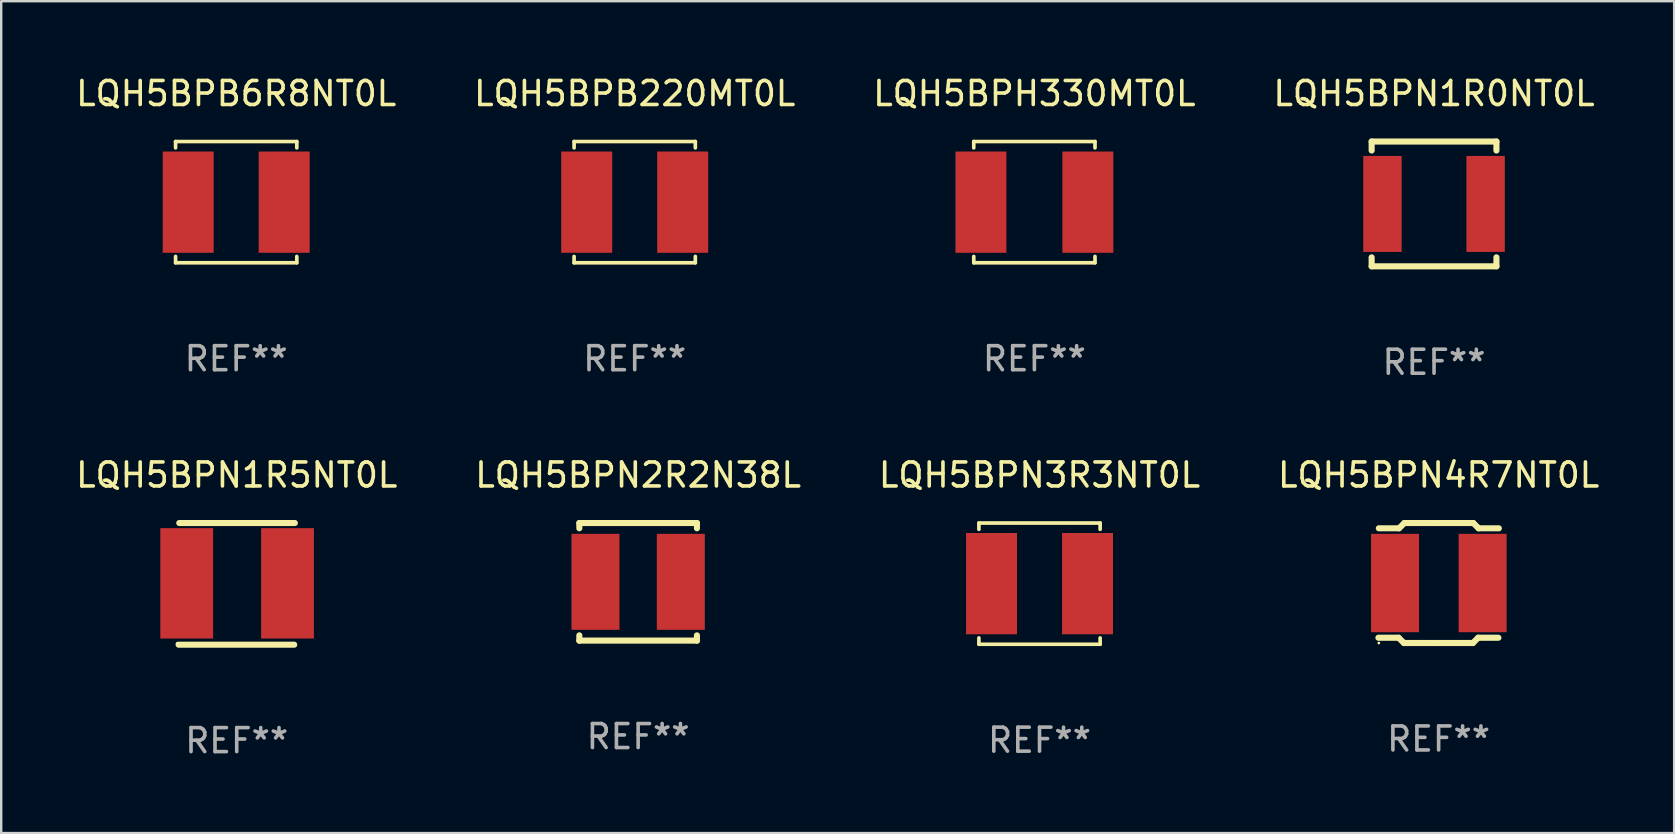
<source format=kicad_pcb>
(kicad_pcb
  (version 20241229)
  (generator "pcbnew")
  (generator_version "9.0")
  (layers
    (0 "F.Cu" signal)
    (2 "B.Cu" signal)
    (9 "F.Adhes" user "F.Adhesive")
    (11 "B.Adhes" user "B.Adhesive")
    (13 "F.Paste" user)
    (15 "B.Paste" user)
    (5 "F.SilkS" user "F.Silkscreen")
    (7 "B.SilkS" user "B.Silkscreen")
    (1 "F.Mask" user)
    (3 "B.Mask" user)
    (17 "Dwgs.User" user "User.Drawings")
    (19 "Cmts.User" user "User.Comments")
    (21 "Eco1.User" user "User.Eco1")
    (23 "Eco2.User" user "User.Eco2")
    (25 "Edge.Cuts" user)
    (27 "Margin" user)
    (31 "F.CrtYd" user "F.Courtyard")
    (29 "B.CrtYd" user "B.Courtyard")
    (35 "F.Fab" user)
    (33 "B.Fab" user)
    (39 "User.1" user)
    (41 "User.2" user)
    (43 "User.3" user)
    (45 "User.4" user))
  (footprint "LQH5BPN1R0NT0L"
    (layer "F.Cu")
    (at 56.708 5.448)
    (property "Reference" "LQH5BPN1R0NT0L" (at 0 -4.6 0) (layer "F.SilkS") (effects (font (size 1 1) (thickness 0.15))))
    (attr through_hole)
    (fp_line (start -2.6 -2.6) (end -2.6 -2.226) (stroke (width 0.254) (type solid)) (layer "F.SilkS"))
    (fp_line (start -2.6 -2.6) (end 2.6 -2.6) (stroke (width 0.254) (type solid)) (layer "F.SilkS"))
    (fp_line (start -2.6 2.226) (end -2.6 2.6) (stroke (width 0.254) (type solid)) (layer "F.SilkS"))
    (fp_line (start -2.6 2.6) (end 2.6 2.6) (stroke (width 0.254) (type solid)) (layer "F.SilkS"))
    (fp_line (start 2.6 -2.226) (end 2.6 -2.6) (stroke (width 0.254) (type solid)) (layer "F.SilkS"))
    (fp_line (start 2.6 2.6) (end 2.6 2.226) (stroke (width 0.254) (type solid)) (layer "F.SilkS"))
    (fp_circle (center -2.61 -2.604) (end -2.58 -2.604) (stroke (width 0.06) (type solid)) (fill no) (layer "F.SilkS"))
    (fp_text user "REF**" (at 0 6.6 0) (layer "F.Fab") (effects (font (size 1 1) (thickness 0.15))))
    (pad "1" smd rect (at -2.15 0) (size 1.6 4) (layers "F.Cu" "F.Mask" "F.Paste"))
    (pad "2" smd rect (at 2.15 0) (size 1.6 4) (layers "F.Cu" "F.Mask" "F.Paste")))
  (footprint "LQH5BPH330MT0L"
    (layer "F.Cu")
    (at 40.054 5.374)
    (property "Reference" "LQH5BPH330MT0L" (at 0 -4.526 0) (layer "F.SilkS") (effects (font (size 1 1) (thickness 0.15))))
    (attr through_hole)
    (fp_line (start -2.526 -2.526) (end 2.526 -2.526) (stroke (width 0.152) (type solid)) (layer "F.SilkS"))
    (fp_line (start -2.526 -2.262) (end -2.526 -2.526) (stroke (width 0.152) (type solid)) (layer "F.SilkS"))
    (fp_line (start -2.526 2.262) (end -2.526 2.526) (stroke (width 0.152) (type solid)) (layer "F.SilkS"))
    (fp_line (start -2.526 2.526) (end 2.526 2.526) (stroke (width 0.152) (type solid)) (layer "F.SilkS"))
    (fp_line (start 2.526 -2.526) (end 2.526 -2.262) (stroke (width 0.152) (type solid)) (layer "F.SilkS"))
    (fp_line (start 2.526 2.526) (end 2.526 2.262) (stroke (width 0.152) (type solid)) (layer "F.SilkS"))
    (fp_circle (center 2.5 -2.5) (end 2.53 -2.5) (stroke (width 0.06) (type solid)) (fill no) (layer "F.SilkS"))
    (fp_text user "REF**" (at 0 6.526 0) (layer "F.Fab") (effects (font (size 1 1) (thickness 0.15))))
    (pad "1" smd rect (at 2.228 0) (size 2.124 4.22) (layers "F.Cu" "F.Mask" "F.Paste"))
    (pad "2" smd rect (at -2.228 0) (size 2.124 4.22) (layers "F.Cu" "F.Mask" "F.Paste")))
  (footprint "LQH5BPN4R7NT0L"
    (layer "F.Cu")
    (at 56.899 21.245)
    (property "Reference" "LQH5BPN4R7NT0L" (at 0 -4.5 0) (layer "F.SilkS") (effects (font (size 1 1) (thickness 0.15))))
    (attr through_hole)
    (fp_line (start -1.666 2.28) (end -2.509 2.28) (stroke (width 0.254) (type solid)) (layer "F.SilkS"))
    (fp_line (start -1.648 -2.28) (end -2.491 -2.28) (stroke (width 0.254) (type solid)) (layer "F.SilkS"))
    (fp_line (start -1.446 2.5) (end -1.666 2.28) (stroke (width 0.254) (type solid)) (layer "F.SilkS"))
    (fp_line (start -1.428 -2.5) (end -1.648 -2.28) (stroke (width 0.254) (type solid)) (layer "F.SilkS"))
    (fp_line (start -0.011 2.5) (end 1.428 2.5) (stroke (width 0.254) (type solid)) (layer "F.SilkS"))
    (fp_line (start -0.007 2.5) (end -1.446 2.5) (stroke (width 0.254) (type solid)) (layer "F.SilkS"))
    (fp_line (start 0.007 -2.5) (end 1.446 -2.5) (stroke (width 0.254) (type solid)) (layer "F.SilkS"))
    (fp_line (start 0.011 -2.5) (end -1.428 -2.5) (stroke (width 0.254) (type solid)) (layer "F.SilkS"))
    (fp_line (start 1.428 2.5) (end 1.648 2.28) (stroke (width 0.254) (type solid)) (layer "F.SilkS"))
    (fp_line (start 1.446 -2.5) (end 1.666 -2.28) (stroke (width 0.254) (type solid)) (layer "F.SilkS"))
    (fp_line (start 1.648 2.28) (end 2.491 2.28) (stroke (width 0.254) (type solid)) (layer "F.SilkS"))
    (fp_line (start 1.666 -2.28) (end 2.509 -2.28) (stroke (width 0.254) (type solid)) (layer "F.SilkS"))
    (fp_circle (center -2.491 2.5) (end -2.461 2.5) (stroke (width 0.06) (type solid)) (fill no) (layer "F.SilkS"))
    (fp_text user "REF**" (at 0 6.5 0) (layer "F.Fab") (effects (font (size 1 1) (thickness 0.15))))
    (pad "1" smd rect (at -1.816 0) (size 2 4.1) (layers "F.Cu" "F.Mask" "F.Paste"))
    (pad "2" smd rect (at 1.834 0) (size 2 4.1) (layers "F.Cu" "F.Mask" "F.Paste")))
  (footprint "LQH5BPN2R2N38L"
    (layer "F.Cu")
    (at 23.542 21.195)
    (property "Reference" "LQH5BPN2R2N38L" (at 0 -4.45 0) (layer "F.SilkS") (effects (font (size 1 1) (thickness 0.15))))
    (attr through_hole)
    (fp_line (start -2.45 -2.45) (end 2.45 -2.45) (stroke (width 0.254) (type solid)) (layer "F.SilkS"))
    (fp_line (start -2.45 -2.231) (end -2.45 -2.45) (stroke (width 0.254) (type solid)) (layer "F.SilkS"))
    (fp_line (start -2.45 2.45) (end -2.45 2.231) (stroke (width 0.254) (type solid)) (layer "F.SilkS"))
    (fp_line (start -2.45 2.45) (end 2.45 2.45) (stroke (width 0.254) (type solid)) (layer "F.SilkS"))
    (fp_line (start 2.45 -2.45) (end 2.45 -2.231) (stroke (width 0.254) (type solid)) (layer "F.SilkS"))
    (fp_line (start 2.45 2.231) (end 2.45 2.45) (stroke (width 0.254) (type solid)) (layer "F.SilkS"))
    (fp_circle (center -2.5 2.45) (end -2.47 2.45) (stroke (width 0.06) (type solid)) (fill no) (layer "F.SilkS"))
    (fp_text user "REF**" (at 0 6.45 0) (layer "F.Fab") (effects (font (size 1 1) (thickness 0.15))))
    (pad "1" smd rect (at -1.778 0) (size 2 4) (layers "F.Cu" "F.Mask" "F.Paste"))
    (pad "2" smd rect (at 1.778 0) (size 2 4) (layers "F.Cu" "F.Mask" "F.Paste")))
  (footprint "LQH5BPN1R5NT0L"
    (layer "F.Cu")
    (at 6.815 21.28)
    (property "Reference" "LQH5BPN1R5NT0L" (at 0 -4.535 0) (layer "F.SilkS") (effects (font (size 1 1) (thickness 0.15))))
    (attr through_hole)
    (fp_line (start -2.422 2.535) (end 2.395 2.535) (stroke (width 0.254) (type solid)) (layer "F.SilkS"))
    (fp_line (start -2.395 -2.535) (end 2.422 -2.535) (stroke (width 0.254) (type solid)) (layer "F.SilkS"))
    (fp_circle (center -2.484 2.477) (end -2.454 2.477) (stroke (width 0.06) (type solid)) (fill no) (layer "F.SilkS"))
    (fp_text user "REF**" (at 0 6.535 0) (layer "F.Fab") (effects (font (size 1 1) (thickness 0.15))))
    (pad "1" smd rect (at -2.084 -0.022) (size 2.2 4.6) (layers "F.Cu" "F.Mask" "F.Paste"))
    (pad "2" smd rect (at 2.116 -0.022) (size 2.2 4.6) (layers "F.Cu" "F.Mask" "F.Paste")))
  (footprint "LQH5BPN3R3NT0L"
    (layer "F.Cu")
    (at 40.268 21.271)
    (property "Reference" "LQH5BPN3R3NT0L" (at 0 -4.526 0) (layer "F.SilkS") (effects (font (size 1 1) (thickness 0.15))))
    (attr through_hole)
    (fp_line (start -2.526 -2.526) (end 2.526 -2.526) (stroke (width 0.152) (type solid)) (layer "F.SilkS"))
    (fp_line (start -2.526 -2.262) (end -2.526 -2.526) (stroke (width 0.152) (type solid)) (layer "F.SilkS"))
    (fp_line (start -2.526 2.262) (end -2.526 2.526) (stroke (width 0.152) (type solid)) (layer "F.SilkS"))
    (fp_line (start -2.526 2.526) (end 2.526 2.526) (stroke (width 0.152) (type solid)) (layer "F.SilkS"))
    (fp_line (start 2.526 -2.526) (end 2.526 -2.262) (stroke (width 0.152) (type solid)) (layer "F.SilkS"))
    (fp_line (start 2.526 2.526) (end 2.526 2.262) (stroke (width 0.152) (type solid)) (layer "F.SilkS"))
    (fp_circle (center 2.5 -2.5) (end 2.53 -2.5) (stroke (width 0.06) (type solid)) (fill no) (layer "F.SilkS"))
    (fp_text user "REF**" (at 0 6.526 0) (layer "F.Fab") (effects (font (size 1 1) (thickness 0.15))))
    (pad "1" smd rect (at 2 0) (size 2.124 4.22) (layers "F.Cu" "F.Mask" "F.Paste"))
    (pad "2" smd rect (at -2 0) (size 2.124 4.22) (layers "F.Cu" "F.Mask" "F.Paste")))
  (footprint "LQH5BPB6R8NT0L"
    (layer "F.Cu")
    (at 6.792 5.374)
    (property "Reference" "LQH5BPB6R8NT0L" (at 0 -4.526 0) (layer "F.SilkS") (effects (font (size 1 1) (thickness 0.15))))
    (attr through_hole)
    (fp_line (start -2.526 -2.526) (end 2.526 -2.526) (stroke (width 0.152) (type solid)) (layer "F.SilkS"))
    (fp_line (start -2.526 -2.262) (end -2.526 -2.526) (stroke (width 0.152) (type solid)) (layer "F.SilkS"))
    (fp_line (start -2.526 2.262) (end -2.526 2.526) (stroke (width 0.152) (type solid)) (layer "F.SilkS"))
    (fp_line (start -2.526 2.526) (end 2.526 2.526) (stroke (width 0.152) (type solid)) (layer "F.SilkS"))
    (fp_line (start 2.526 -2.526) (end 2.526 -2.262) (stroke (width 0.152) (type solid)) (layer "F.SilkS"))
    (fp_line (start 2.526 2.526) (end 2.526 2.262) (stroke (width 0.152) (type solid)) (layer "F.SilkS"))
    (fp_circle (center 2.5 -2.5) (end 2.53 -2.5) (stroke (width 0.06) (type solid)) (fill no) (layer "F.SilkS"))
    (fp_text user "REF**" (at 0 6.526 0) (layer "F.Fab") (effects (font (size 1 1) (thickness 0.15))))
    (pad "1" smd rect (at 2 0) (size 2.124 4.22) (layers "F.Cu" "F.Mask" "F.Paste"))
    (pad "2" smd rect (at -2 0) (size 2.124 4.22) (layers "F.Cu" "F.Mask" "F.Paste")))
  (footprint "LQH5BPB220MT0L"
    (layer "F.Cu")
    (at 23.399 5.374)
    (property "Reference" "LQH5BPB220MT0L" (at 0 -4.526 0) (layer "F.SilkS") (effects (font (size 1 1) (thickness 0.15))))
    (attr through_hole)
    (fp_line (start -2.526 -2.526) (end 2.526 -2.526) (stroke (width 0.152) (type solid)) (layer "F.SilkS"))
    (fp_line (start -2.526 -2.262) (end -2.526 -2.526) (stroke (width 0.152) (type solid)) (layer "F.SilkS"))
    (fp_line (start -2.526 2.262) (end -2.526 2.526) (stroke (width 0.152) (type solid)) (layer "F.SilkS"))
    (fp_line (start -2.526 2.526) (end 2.526 2.526) (stroke (width 0.152) (type solid)) (layer "F.SilkS"))
    (fp_line (start 2.526 -2.526) (end 2.526 -2.262) (stroke (width 0.152) (type solid)) (layer "F.SilkS"))
    (fp_line (start 2.526 2.526) (end 2.526 2.262) (stroke (width 0.152) (type solid)) (layer "F.SilkS"))
    (fp_circle (center 2.5 -2.5) (end 2.53 -2.5) (stroke (width 0.06) (type solid)) (fill no) (layer "F.SilkS"))
    (fp_text user "REF**" (at 0 6.526 0) (layer "F.Fab") (effects (font (size 1 1) (thickness 0.15))))
    (pad "1" smd rect (at 2 0) (size 2.124 4.22) (layers "F.Cu" "F.Mask" "F.Paste"))
    (pad "2" smd rect (at -2 0) (size 2.124 4.22) (layers "F.Cu" "F.Mask" "F.Paste")))
  (gr_rect
    (start -3 -3)
    (end 66.714 31.664)
    (stroke (width 0.1) (type default))
    (fill no)
    (layer "Edge.Cuts")))
</source>
